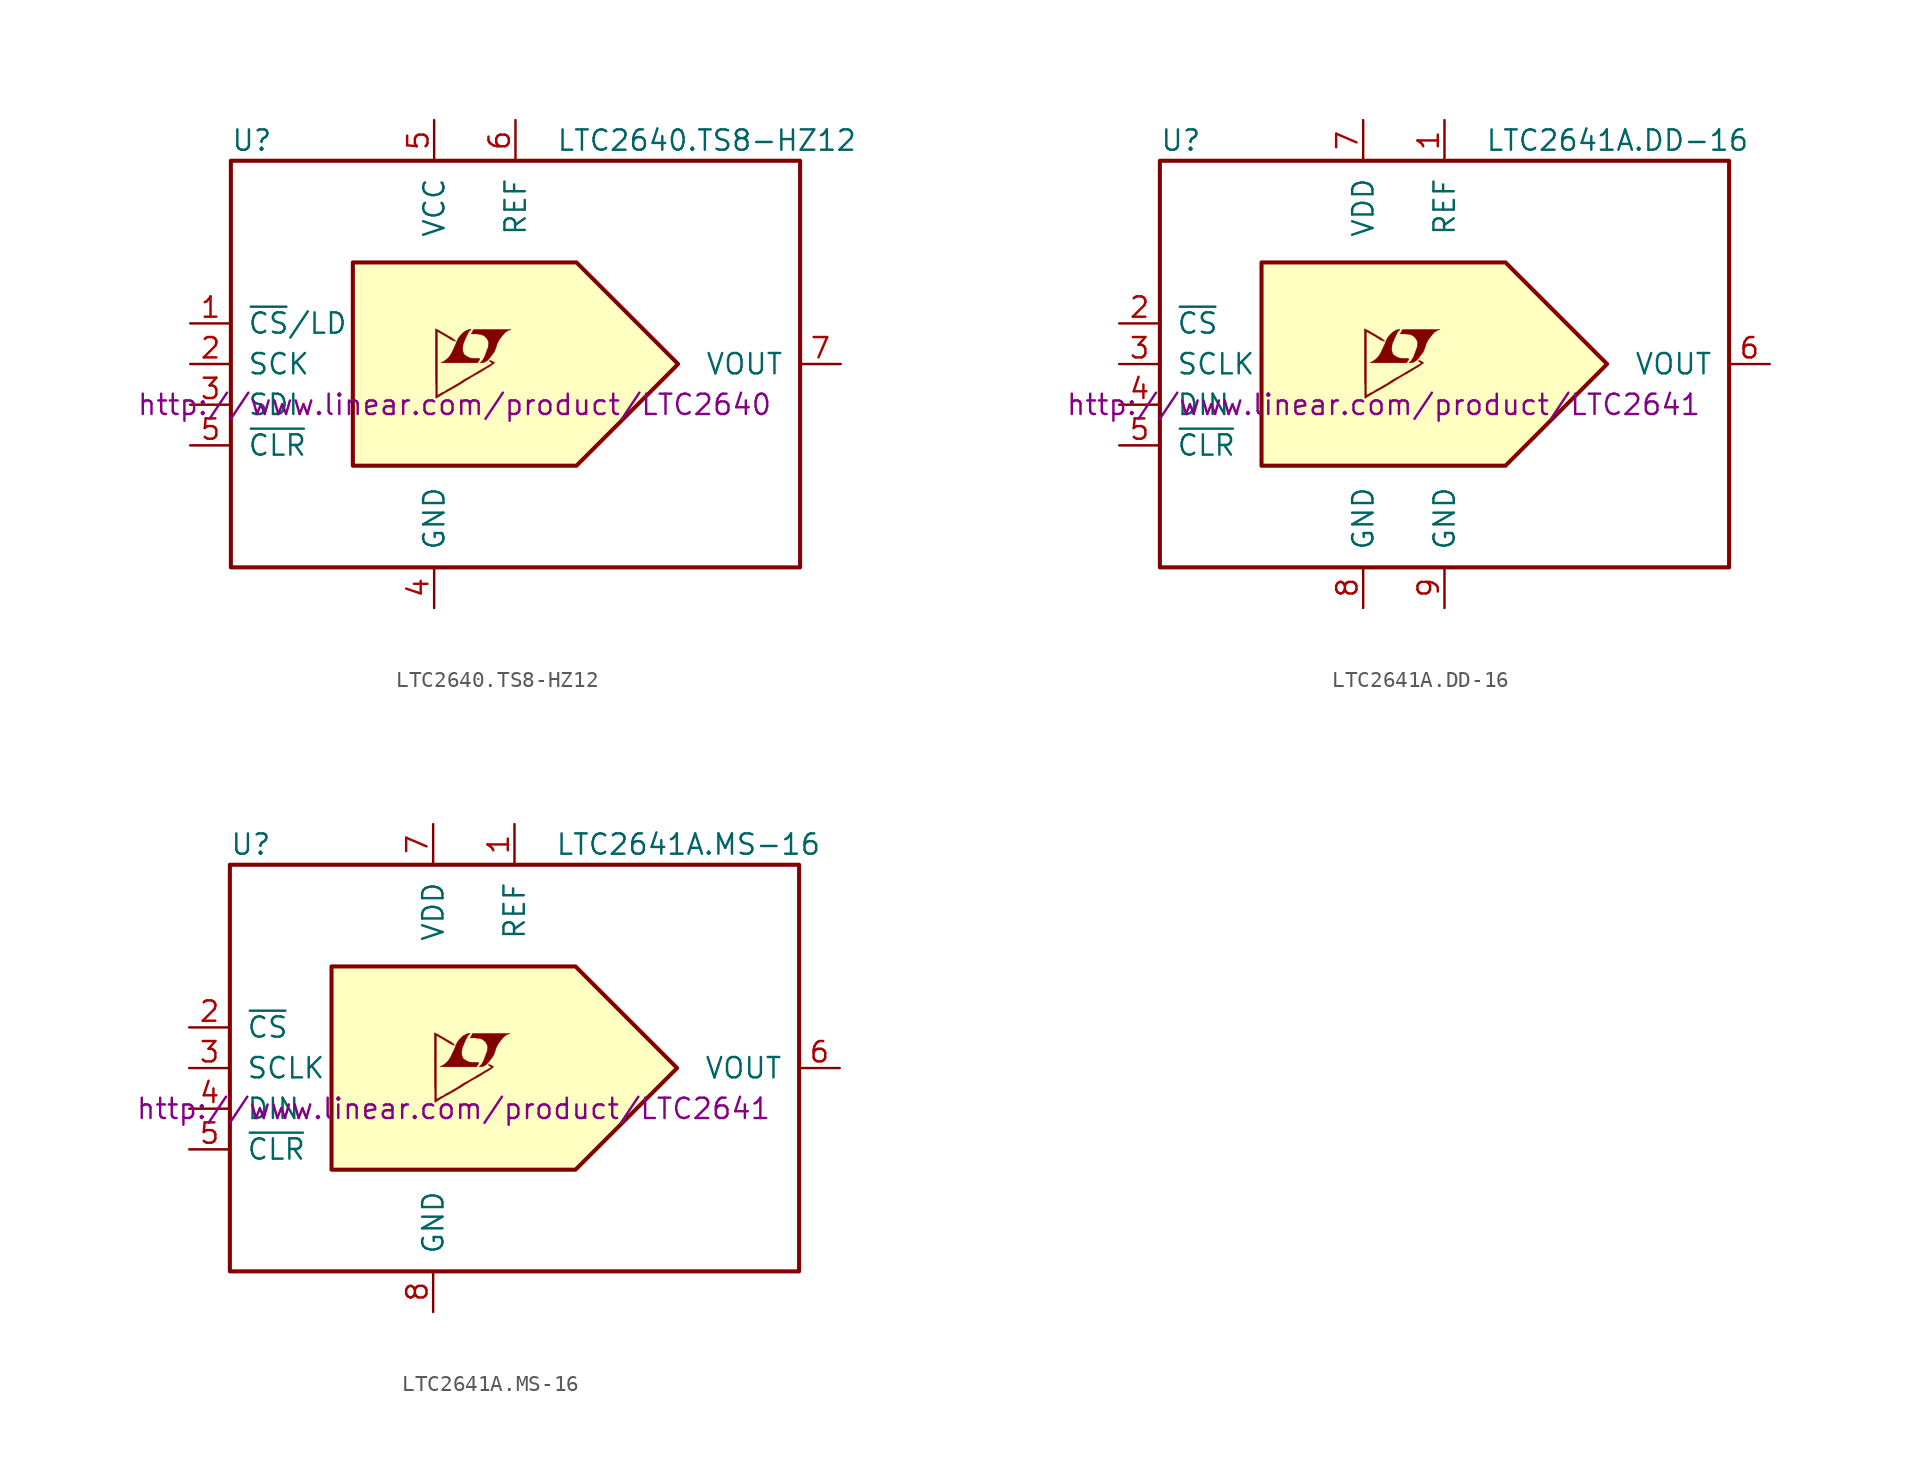
<source format=kicad_sym>
(kicad_symbol_lib
  (version 20201005)
  (generator kicad_symbol_editor)
  (symbol "LTC2640.TS8-HZ12"
    (pin_names
      (offset 1.016))
    (property "Reference" "U"
      (at -15.24 13.97 0)
      (effects (font (size 1.27 1.27)) (justify left)))
    (property "Value" "LTC2640.TS8-HZ12"
      (at 5.08 13.97 0)
      (effects (font (size 1.27 1.27)) (justify left)))
    (property "Datasheet" "http://www.linear.com/product/LTC2640"
      (at -1.27 -2.54 0)
      (effects (font (size 1.27 1.27))))
    (symbol "LTC2640.TS8-HZ12_0_0"
      (rectangle (start -15.24 12.7) (end 20.32 -12.7) (stroke (width 0.254)) (fill (type none)))
      (polyline (pts (xy -7.62 6.35) (xy -7.62 -6.35) (xy 6.35 -6.35) (xy 12.7 0) (xy 6.35 6.35) (xy -7.62 6.35)) (stroke (width 0.254)) (fill (type background)))
      (polyline (pts (xy 0.584 0.102) (xy 0.762 0.203) (xy 0.914 0.356) (xy 1.219 0.762) (xy 1.321 1.016) (xy 1.397 1.27) (xy 1.549 1.549) (xy 1.727 1.778) (xy 1.905 1.981) (xy 2.108 2.108) (xy 2.261 2.159) (xy -0.076 2.159) (xy -0.152 2.032) (xy -0.152 2.007) (xy -0.203 1.93) (xy -0.229 1.905) (xy -0.178 1.88) (xy 0.102 1.88) (xy 0.356 1.854) (xy 0.559 1.778) (xy 0.711 1.651) (xy 0.813 1.499) (xy 0.864 1.321) (xy 0.838 1.092) (xy 0.838 1.067) (xy 0.61 0.457) (xy 0.508 0.279) (xy 0.406 0.152) (xy 0.33 0.076) (xy 0.432 0.076) (xy 0.584 0.102)) (stroke (width 0.025)) (fill (type outline)))
      (polyline (pts (xy 0.229 0.178) (xy 0.254 0.203) (xy 0.305 0.279) (xy 0.305 0.33) (xy 0.254 0.356) (xy -0.051 0.356) (xy -0.305 0.381) (xy -0.508 0.483) (xy -0.66 0.584) (xy -0.737 0.762) (xy -0.762 0.94) (xy -0.737 1.168) (xy -0.737 1.194) (xy -0.686 1.346) (xy -0.533 1.702) (xy -0.381 2.007) (xy -0.305 2.083) (xy -0.229 2.184) (xy -0.356 2.159) (xy -0.508 2.108) (xy -0.711 1.981) (xy -0.889 1.803) (xy -1.041 1.6) (xy -1.168 1.321) (xy -1.168 1.295) (xy -1.321 0.965) (xy -1.448 0.686) (xy -1.6 0.457) (xy -1.753 0.305) (xy -1.93 0.178) (xy -2.108 0.076) (xy 0.178 0.076) (xy 0.229 0.178)) (stroke (width 0.025)) (fill (type outline)))
      (polyline (pts (xy -2.362 -2.108) (xy -2.286 -2.057) (xy -2.159 -1.981) (xy -2.083 -1.93) (xy -1.829 -1.778) (xy -1.27 -1.473) (xy -0.762 -1.168) (xy -0.533 -1.016) (xy -0.356 -0.914) (xy -0.203 -0.813) (xy -0.102 -0.762) (xy -0.025 -0.711) (xy 0.127 -0.635) (xy 0.305 -0.533) (xy 0.711 -0.279) (xy 0.889 -0.178) (xy 1.041 -0.076) (xy 1.143 0) (xy 1.219 0.051) (xy 1.245 0.076) (xy 1.092 0.178) (xy 0.94 0.229) (xy 0.914 0.203) (xy 0.914 0.178) (xy 0.991 0.127) (xy 1.092 0.051) (xy 0.178 -0.483) (xy -0.025 -0.61) (xy -0.33 -0.787) (xy -0.66 -0.965) (xy -0.965 -1.168) (xy -1.27 -1.346) (xy -1.524 -1.499) (xy -1.727 -1.6) (xy -1.905 -1.727) (xy -2.083 -1.803) (xy -2.21 -1.88) (xy -2.311 -1.93) (xy -2.337 -1.956) (xy -2.337 2.032) (xy -1.803 1.727) (xy -1.676 1.651) (xy -1.524 1.549) (xy -1.372 1.473) (xy -1.295 1.448) (xy -1.245 1.422) (xy -1.219 1.422) (xy -1.219 1.473) (xy -1.295 1.524) (xy -1.422 1.626) (xy -1.6 1.727) (xy -1.727 1.803) (xy -2.083 2.007) (xy -2.21 2.083) (xy -2.464 2.21) (xy -2.464 -1.067) (xy -2.438 -1.372) (xy -2.438 -2.134) (xy -2.413 -2.134) (xy -2.362 -2.108)) (stroke (width 0.025)) (fill (type outline))))
    (symbol "LTC2640.TS8-HZ12_1_1"
      (pin input line (at -17.78 2.54 0) (length 2.54) (name "~CS~/LD" (effects (font (size 1.27 1.27)))) (number "1" (effects (font (size 1.27 1.27)))))
      (pin input line (at -17.78 0 0) (length 2.54) (name "SCK" (effects (font (size 1.27 1.27)))) (number "2" (effects (font (size 1.27 1.27)))))
      (pin input line (at -17.78 -2.54 0) (length 2.54) (name "SDI" (effects (font (size 1.27 1.27)))) (number "3" (effects (font (size 1.27 1.27)))))
      (pin power_in line (at -2.54 -15.24 90) (length 2.54) (name "GND" (effects (font (size 1.27 1.27)))) (number "4" (effects (font (size 1.27 1.27)))))
      (pin power_in line (at -2.54 15.24 270) (length 2.54) (name "VCC" (effects (font (size 1.27 1.27)))) (number "5" (effects (font (size 1.27 1.27)))))
      (pin input line (at -17.78 -5.08 0) (length 2.54) (name "~CLR~" (effects (font (size 1.27 1.27)))) (number "5" (effects (font (size 1.27 1.27)))))
      (pin passive line (at 2.54 15.24 270) (length 2.54) (name "REF" (effects (font (size 1.27 1.27)))) (number "6" (effects (font (size 1.27 1.27)))))
      (pin output line (at 22.86 0 180) (length 2.54) (name "VOUT" (effects (font (size 1.27 1.27)))) (number "7" (effects (font (size 1.27 1.27)))))))
  (symbol "LTC2641A.DD-16"
    (pin_names
      (offset 1.016))
    (property "Reference" "U"
      (at -15.24 13.97 0)
      (effects (font (size 1.27 1.27)) (justify left)))
    (property "Value" "LTC2641A.DD-16"
      (at 5.08 13.97 0)
      (effects (font (size 1.27 1.27)) (justify left)))
    (property "Datasheet" "http://www.linear.com/product/LTC2641"
      (at -1.27 -2.54 0)
      (effects (font (size 1.27 1.27))))
    (symbol "LTC2641A.DD-16_0_0"
      (rectangle (start -15.24 12.7) (end 20.32 -12.7) (stroke (width 0.254)) (fill (type none)))
      (polyline (pts (xy -8.89 6.35) (xy -8.89 -6.35) (xy 6.35 -6.35) (xy 12.7 0) (xy 6.35 6.35) (xy -8.89 6.35)) (stroke (width 0.254)) (fill (type background)))
      (polyline (pts (xy 0.584 0.102) (xy 0.762 0.203) (xy 0.914 0.356) (xy 1.219 0.762) (xy 1.321 1.016) (xy 1.397 1.27) (xy 1.549 1.549) (xy 1.727 1.778) (xy 1.905 1.981) (xy 2.108 2.108) (xy 2.261 2.159) (xy -0.076 2.159) (xy -0.152 2.032) (xy -0.152 2.007) (xy -0.203 1.93) (xy -0.229 1.905) (xy -0.178 1.88) (xy 0.102 1.88) (xy 0.356 1.854) (xy 0.559 1.778) (xy 0.711 1.651) (xy 0.813 1.499) (xy 0.864 1.321) (xy 0.838 1.092) (xy 0.838 1.067) (xy 0.61 0.457) (xy 0.508 0.279) (xy 0.406 0.152) (xy 0.33 0.076) (xy 0.432 0.076) (xy 0.584 0.102)) (stroke (width 0.025)) (fill (type outline)))
      (polyline (pts (xy 0.229 0.178) (xy 0.254 0.203) (xy 0.305 0.279) (xy 0.305 0.33) (xy 0.254 0.356) (xy -0.051 0.356) (xy -0.305 0.381) (xy -0.508 0.483) (xy -0.66 0.584) (xy -0.737 0.762) (xy -0.762 0.94) (xy -0.737 1.168) (xy -0.737 1.194) (xy -0.686 1.346) (xy -0.533 1.702) (xy -0.381 2.007) (xy -0.305 2.083) (xy -0.229 2.184) (xy -0.356 2.159) (xy -0.508 2.108) (xy -0.711 1.981) (xy -0.889 1.803) (xy -1.041 1.6) (xy -1.168 1.321) (xy -1.168 1.295) (xy -1.321 0.965) (xy -1.448 0.686) (xy -1.6 0.457) (xy -1.753 0.305) (xy -1.93 0.178) (xy -2.108 0.076) (xy 0.178 0.076) (xy 0.229 0.178)) (stroke (width 0.025)) (fill (type outline)))
      (polyline (pts (xy -2.362 -2.108) (xy -2.286 -2.057) (xy -2.159 -1.981) (xy -2.083 -1.93) (xy -1.829 -1.778) (xy -1.27 -1.473) (xy -0.762 -1.168) (xy -0.533 -1.016) (xy -0.356 -0.914) (xy -0.203 -0.813) (xy -0.102 -0.762) (xy -0.025 -0.711) (xy 0.127 -0.635) (xy 0.305 -0.533) (xy 0.711 -0.279) (xy 0.889 -0.178) (xy 1.041 -0.076) (xy 1.143 0) (xy 1.219 0.051) (xy 1.245 0.076) (xy 1.092 0.178) (xy 0.94 0.229) (xy 0.914 0.203) (xy 0.914 0.178) (xy 0.991 0.127) (xy 1.092 0.051) (xy 0.178 -0.483) (xy -0.025 -0.61) (xy -0.33 -0.787) (xy -0.66 -0.965) (xy -0.965 -1.168) (xy -1.27 -1.346) (xy -1.524 -1.499) (xy -1.727 -1.6) (xy -1.905 -1.727) (xy -2.083 -1.803) (xy -2.21 -1.88) (xy -2.311 -1.93) (xy -2.337 -1.956) (xy -2.337 2.032) (xy -1.803 1.727) (xy -1.676 1.651) (xy -1.524 1.549) (xy -1.372 1.473) (xy -1.295 1.448) (xy -1.245 1.422) (xy -1.219 1.422) (xy -1.219 1.473) (xy -1.295 1.524) (xy -1.422 1.626) (xy -1.6 1.727) (xy -1.727 1.803) (xy -2.083 2.007) (xy -2.21 2.083) (xy -2.464 2.21) (xy -2.464 -1.067) (xy -2.438 -1.372) (xy -2.438 -2.134) (xy -2.413 -2.134) (xy -2.362 -2.108)) (stroke (width 0.025)) (fill (type outline))))
    (symbol "LTC2641A.DD-16_1_1"
      (pin passive line (at 2.54 15.24 270) (length 2.54) (name "REF" (effects (font (size 1.27 1.27)))) (number "1" (effects (font (size 1.27 1.27)))))
      (pin input line (at -17.78 2.54 0) (length 2.54) (name "~CS~" (effects (font (size 1.27 1.27)))) (number "2" (effects (font (size 1.27 1.27)))))
      (pin input line (at -17.78 0 0) (length 2.54) (name "SCLK" (effects (font (size 1.27 1.27)))) (number "3" (effects (font (size 1.27 1.27)))))
      (pin input line (at -17.78 -2.54 0) (length 2.54) (name "DIN" (effects (font (size 1.27 1.27)))) (number "4" (effects (font (size 1.27 1.27)))))
      (pin input line (at -17.78 -5.08 0) (length 2.54) (name "~CLR~" (effects (font (size 1.27 1.27)))) (number "5" (effects (font (size 1.27 1.27)))))
      (pin output line (at 22.86 0 180) (length 2.54) (name "VOUT" (effects (font (size 1.27 1.27)))) (number "6" (effects (font (size 1.27 1.27)))))
      (pin power_in line (at -2.54 15.24 270) (length 2.54) (name "VDD" (effects (font (size 1.27 1.27)))) (number "7" (effects (font (size 1.27 1.27)))))
      (pin power_in line (at -2.54 -15.24 90) (length 2.54) (name "GND" (effects (font (size 1.27 1.27)))) (number "8" (effects (font (size 1.27 1.27)))))
      (pin power_in line (at 2.54 -15.24 90) (length 2.54) (name "GND" (effects (font (size 1.27 1.27)))) (number "9" (effects (font (size 1.27 1.27)))))))
  (symbol "LTC2641A.MS-16"
    (pin_names
      (offset 1.016))
    (property "Reference" "U"
      (at -15.24 13.97 0)
      (effects (font (size 1.27 1.27)) (justify left)))
    (property "Value" "LTC2641A.MS-16"
      (at 5.08 13.97 0)
      (effects (font (size 1.27 1.27)) (justify left)))
    (property "Datasheet" "http://www.linear.com/product/LTC2641"
      (at -1.27 -2.54 0)
      (effects (font (size 1.27 1.27))))
    (symbol "LTC2641A.MS-16_0_0"
      (rectangle (start -15.24 12.7) (end 20.32 -12.7) (stroke (width 0.254)) (fill (type none)))
      (polyline (pts (xy -8.89 6.35) (xy -8.89 -6.35) (xy 6.35 -6.35) (xy 12.7 0) (xy 6.35 6.35) (xy -8.89 6.35)) (stroke (width 0.254)) (fill (type background)))
      (polyline (pts (xy 0.584 0.102) (xy 0.762 0.203) (xy 0.914 0.356) (xy 1.219 0.762) (xy 1.321 1.016) (xy 1.397 1.27) (xy 1.549 1.549) (xy 1.727 1.778) (xy 1.905 1.981) (xy 2.108 2.108) (xy 2.261 2.159) (xy -0.076 2.159) (xy -0.152 2.032) (xy -0.152 2.007) (xy -0.203 1.93) (xy -0.229 1.905) (xy -0.178 1.88) (xy 0.102 1.88) (xy 0.356 1.854) (xy 0.559 1.778) (xy 0.711 1.651) (xy 0.813 1.499) (xy 0.864 1.321) (xy 0.838 1.092) (xy 0.838 1.067) (xy 0.61 0.457) (xy 0.508 0.279) (xy 0.406 0.152) (xy 0.33 0.076) (xy 0.432 0.076) (xy 0.584 0.102)) (stroke (width 0.025)) (fill (type outline)))
      (polyline (pts (xy 0.229 0.178) (xy 0.254 0.203) (xy 0.305 0.279) (xy 0.305 0.33) (xy 0.254 0.356) (xy -0.051 0.356) (xy -0.305 0.381) (xy -0.508 0.483) (xy -0.66 0.584) (xy -0.737 0.762) (xy -0.762 0.94) (xy -0.737 1.168) (xy -0.737 1.194) (xy -0.686 1.346) (xy -0.533 1.702) (xy -0.381 2.007) (xy -0.305 2.083) (xy -0.229 2.184) (xy -0.356 2.159) (xy -0.508 2.108) (xy -0.711 1.981) (xy -0.889 1.803) (xy -1.041 1.6) (xy -1.168 1.321) (xy -1.168 1.295) (xy -1.321 0.965) (xy -1.448 0.686) (xy -1.6 0.457) (xy -1.753 0.305) (xy -1.93 0.178) (xy -2.108 0.076) (xy 0.178 0.076) (xy 0.229 0.178)) (stroke (width 0.025)) (fill (type outline)))
      (polyline (pts (xy -2.362 -2.108) (xy -2.286 -2.057) (xy -2.159 -1.981) (xy -2.083 -1.93) (xy -1.829 -1.778) (xy -1.27 -1.473) (xy -0.762 -1.168) (xy -0.533 -1.016) (xy -0.356 -0.914) (xy -0.203 -0.813) (xy -0.102 -0.762) (xy -0.025 -0.711) (xy 0.127 -0.635) (xy 0.305 -0.533) (xy 0.711 -0.279) (xy 0.889 -0.178) (xy 1.041 -0.076) (xy 1.143 0) (xy 1.219 0.051) (xy 1.245 0.076) (xy 1.092 0.178) (xy 0.94 0.229) (xy 0.914 0.203) (xy 0.914 0.178) (xy 0.991 0.127) (xy 1.092 0.051) (xy 0.178 -0.483) (xy -0.025 -0.61) (xy -0.33 -0.787) (xy -0.66 -0.965) (xy -0.965 -1.168) (xy -1.27 -1.346) (xy -1.524 -1.499) (xy -1.727 -1.6) (xy -1.905 -1.727) (xy -2.083 -1.803) (xy -2.21 -1.88) (xy -2.311 -1.93) (xy -2.337 -1.956) (xy -2.337 2.032) (xy -1.803 1.727) (xy -1.676 1.651) (xy -1.524 1.549) (xy -1.372 1.473) (xy -1.295 1.448) (xy -1.245 1.422) (xy -1.219 1.422) (xy -1.219 1.473) (xy -1.295 1.524) (xy -1.422 1.626) (xy -1.6 1.727) (xy -1.727 1.803) (xy -2.083 2.007) (xy -2.21 2.083) (xy -2.464 2.21) (xy -2.464 -1.067) (xy -2.438 -1.372) (xy -2.438 -2.134) (xy -2.413 -2.134) (xy -2.362 -2.108)) (stroke (width 0.025)) (fill (type outline))))
    (symbol "LTC2641A.MS-16_1_1"
      (pin passive line (at 2.54 15.24 270) (length 2.54) (name "REF" (effects (font (size 1.27 1.27)))) (number "1" (effects (font (size 1.27 1.27)))))
      (pin input line (at -17.78 2.54 0) (length 2.54) (name "~CS~" (effects (font (size 1.27 1.27)))) (number "2" (effects (font (size 1.27 1.27)))))
      (pin input line (at -17.78 0 0) (length 2.54) (name "SCLK" (effects (font (size 1.27 1.27)))) (number "3" (effects (font (size 1.27 1.27)))))
      (pin input line (at -17.78 -2.54 0) (length 2.54) (name "DIN" (effects (font (size 1.27 1.27)))) (number "4" (effects (font (size 1.27 1.27)))))
      (pin input line (at -17.78 -5.08 0) (length 2.54) (name "~CLR~" (effects (font (size 1.27 1.27)))) (number "5" (effects (font (size 1.27 1.27)))))
      (pin output line (at 22.86 0 180) (length 2.54) (name "VOUT" (effects (font (size 1.27 1.27)))) (number "6" (effects (font (size 1.27 1.27)))))
      (pin power_in line (at -2.54 15.24 270) (length 2.54) (name "VDD" (effects (font (size 1.27 1.27)))) (number "7" (effects (font (size 1.27 1.27)))))
      (pin power_in line (at -2.54 -15.24 90) (length 2.54) (name "GND" (effects (font (size 1.27 1.27)))) (number "8" (effects (font (size 1.27 1.27))))))))
</source>
